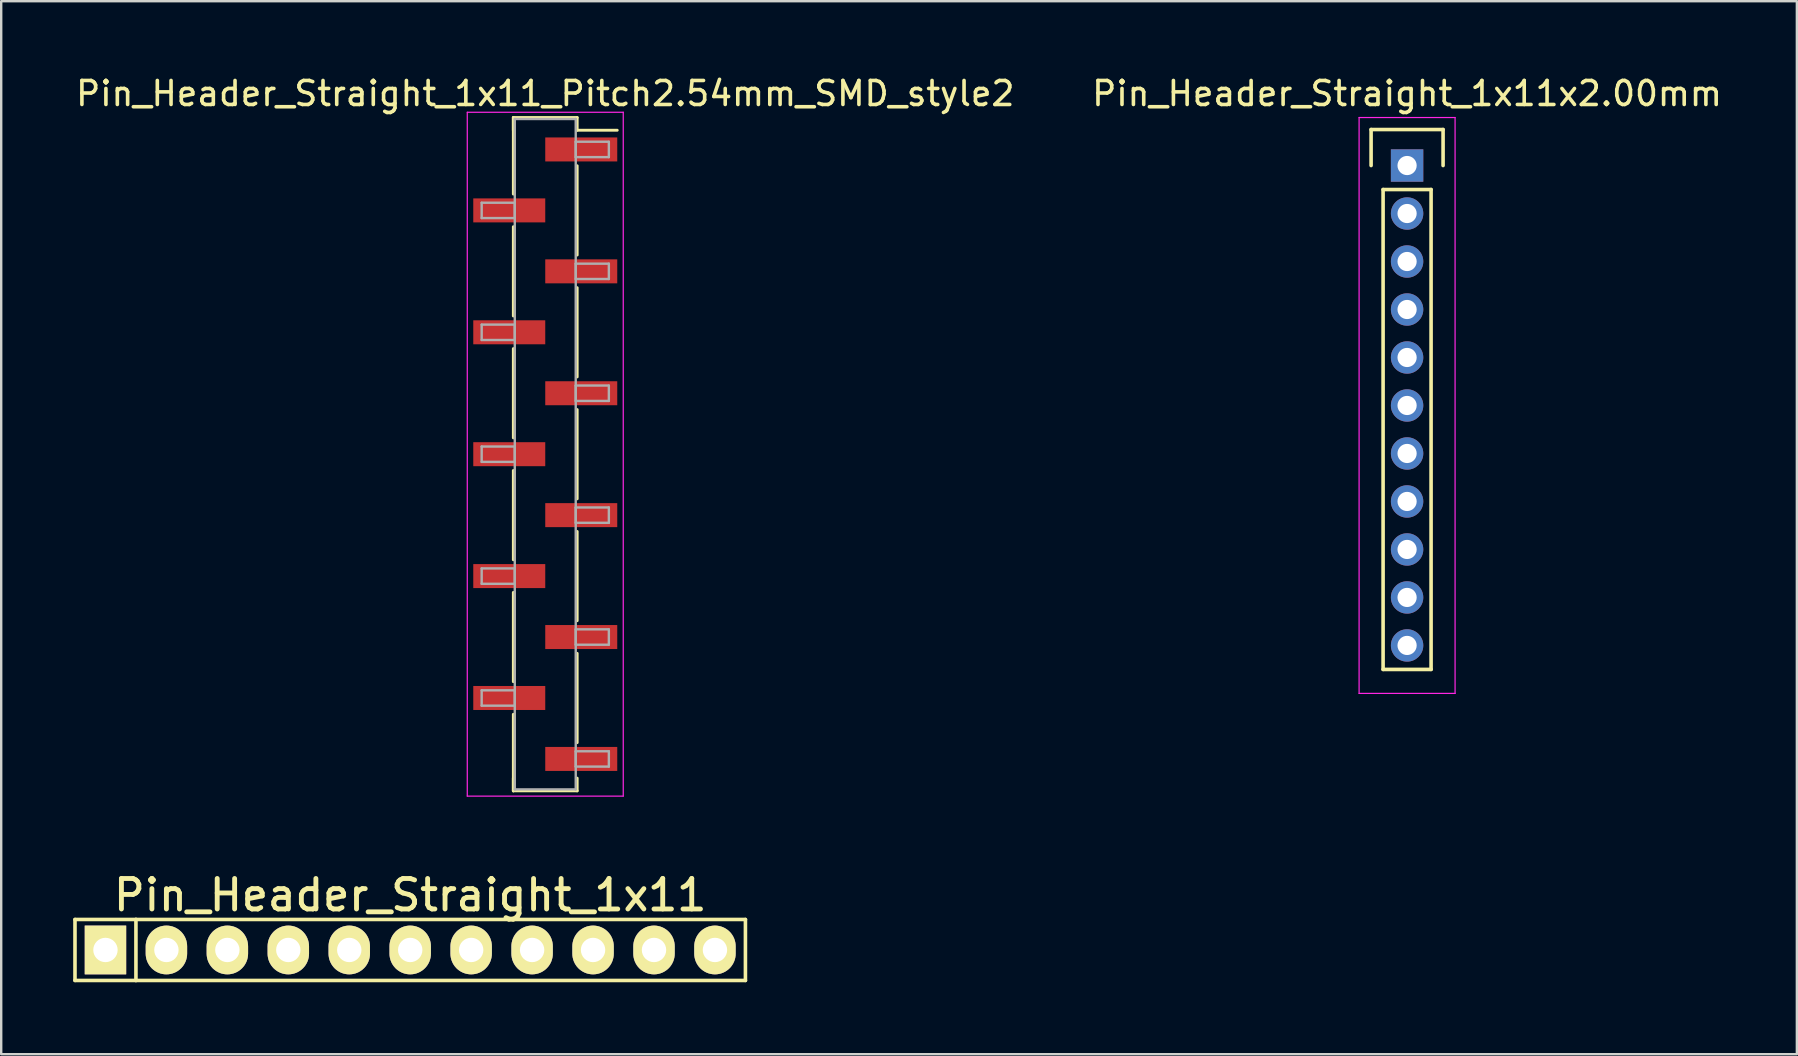
<source format=kicad_pcb>
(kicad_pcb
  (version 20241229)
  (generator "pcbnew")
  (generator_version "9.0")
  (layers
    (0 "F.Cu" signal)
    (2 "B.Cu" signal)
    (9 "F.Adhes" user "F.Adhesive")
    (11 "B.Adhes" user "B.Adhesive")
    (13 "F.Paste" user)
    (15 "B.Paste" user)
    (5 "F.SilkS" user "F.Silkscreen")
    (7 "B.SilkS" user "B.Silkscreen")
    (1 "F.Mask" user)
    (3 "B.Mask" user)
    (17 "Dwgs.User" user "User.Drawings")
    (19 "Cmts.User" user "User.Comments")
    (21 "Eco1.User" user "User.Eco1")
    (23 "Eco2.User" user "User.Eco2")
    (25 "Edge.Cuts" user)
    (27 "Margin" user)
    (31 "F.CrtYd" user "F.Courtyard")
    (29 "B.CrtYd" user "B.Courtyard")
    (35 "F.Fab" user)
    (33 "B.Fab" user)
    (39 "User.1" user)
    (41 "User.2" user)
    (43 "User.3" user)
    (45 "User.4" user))
  (footprint "Pin_Header_Straight_1x11x2.00mm"
    (layer "F.Cu")
    (at 55.589 3.848)
    (property "Reference" "Pin_Header_Straight_1x11x2.00mm" (at 0 -3 0) (layer "F.SilkS") (effects (font (size 1 1) (thickness 0.15))))
    (attr through_hole)
    (fp_line (start -1.5 -1.5) (end 1.5 -1.5) (stroke (width 0.15) (type solid)) (layer "F.SilkS"))
    (fp_line (start -1.5 0) (end -1.5 -1.5) (stroke (width 0.15) (type solid)) (layer "F.SilkS"))
    (fp_line (start -1 1) (end 1 1) (stroke (width 0.15) (type solid)) (layer "F.SilkS"))
    (fp_line (start -1 21) (end -1 1) (stroke (width 0.15) (type solid)) (layer "F.SilkS"))
    (fp_line (start 1 1) (end 1 21) (stroke (width 0.15) (type solid)) (layer "F.SilkS"))
    (fp_line (start 1 21) (end -1 21) (stroke (width 0.15) (type solid)) (layer "F.SilkS"))
    (fp_line (start 1.5 -1.5) (end 1.5 0) (stroke (width 0.15) (type solid)) (layer "F.SilkS"))
    (fp_line (start -2 -2) (end 2 -2) (stroke (width 0.05) (type solid)) (layer "F.CrtYd"))
    (fp_line (start -2 22) (end -2 -2) (stroke (width 0.05) (type solid)) (layer "F.CrtYd"))
    (fp_line (start 2 -2) (end 2 22) (stroke (width 0.05) (type solid)) (layer "F.CrtYd"))
    (fp_line (start 2 22) (end -2 22) (stroke (width 0.05) (type solid)) (layer "F.CrtYd"))
    (pad "1" thru_hole rect (at 0 0) (size 1.35 1.35) (drill 0.8) (layers "*.Cu" "*.Mask"))
    (pad "2" thru_hole circle (at 0 2) (size 1.35 1.35) (drill 0.8) (layers "*.Cu" "*.Mask"))
    (pad "3" thru_hole circle (at 0 4) (size 1.35 1.35) (drill 0.8) (layers "*.Cu" "*.Mask"))
    (pad "4" thru_hole circle (at 0 6) (size 1.35 1.35) (drill 0.8) (layers "*.Cu" "*.Mask"))
    (pad "5" thru_hole circle (at 0 8) (size 1.35 1.35) (drill 0.8) (layers "*.Cu" "*.Mask"))
    (pad "6" thru_hole circle (at 0 10) (size 1.35 1.35) (drill 0.8) (layers "*.Cu" "*.Mask"))
    (pad "7" thru_hole circle (at 0 12) (size 1.35 1.35) (drill 0.8) (layers "*.Cu" "*.Mask"))
    (pad "8" thru_hole circle (at 0 14) (size 1.35 1.35) (drill 0.8) (layers "*.Cu" "*.Mask"))
    (pad "9" thru_hole circle (at 0 16) (size 1.35 1.35) (drill 0.8) (layers "*.Cu" "*.Mask"))
    (pad "10" thru_hole circle (at 0 18) (size 1.35 1.35) (drill 0.8) (layers "*.Cu" "*.Mask"))
    (pad "11" thru_hole circle (at 0 20) (size 1.35 1.35) (drill 0.8) (layers "*.Cu" "*.Mask")))
  (footprint "Pin_Header_Straight_1x11_Pitch2.54mm_SMD_style2"
    (layer "F.Cu")
    (at 19.673 15.878)
    (property "Reference" "Pin_Header_Straight_1x11_Pitch2.54mm_SMD_style2" (at 0 -15.03 0) (layer "F.SilkS") (effects (font (size 1 1) (thickness 0.15))))
    (attr smd)
    (fp_line (start -1.33 -14.03) (end -1.33 -10.84) (stroke (width 0.12) (type solid)) (layer "F.SilkS"))
    (fp_line (start -1.33 -14.03) (end 1.33 -14.03) (stroke (width 0.12) (type solid)) (layer "F.SilkS"))
    (fp_line (start -1.33 -13.5) (end -1.33 -14.03) (stroke (width 0.12) (type solid)) (layer "F.SilkS"))
    (fp_line (start -1.33 -9.48) (end -1.33 -5.76) (stroke (width 0.12) (type solid)) (layer "F.SilkS"))
    (fp_line (start -1.33 -4.4) (end -1.33 -0.68) (stroke (width 0.12) (type solid)) (layer "F.SilkS"))
    (fp_line (start -1.33 0.68) (end -1.33 4.4) (stroke (width 0.12) (type solid)) (layer "F.SilkS"))
    (fp_line (start -1.33 5.76) (end -1.33 9.48) (stroke (width 0.12) (type solid)) (layer "F.SilkS"))
    (fp_line (start -1.33 10.84) (end -1.33 14.03) (stroke (width 0.12) (type solid)) (layer "F.SilkS"))
    (fp_line (start -1.33 13.5) (end -1.33 14.03) (stroke (width 0.12) (type solid)) (layer "F.SilkS"))
    (fp_line (start -1.33 14.03) (end 1.33 14.03) (stroke (width 0.12) (type solid)) (layer "F.SilkS"))
    (fp_line (start 1.33 -14.03) (end 1.33 -13.5) (stroke (width 0.12) (type solid)) (layer "F.SilkS"))
    (fp_line (start 1.33 -13.5) (end 3 -13.5) (stroke (width 0.12) (type solid)) (layer "F.SilkS"))
    (fp_line (start 1.33 -12.02) (end 1.33 -8.3) (stroke (width 0.12) (type solid)) (layer "F.SilkS"))
    (fp_line (start 1.33 -6.94) (end 1.33 -3.22) (stroke (width 0.12) (type solid)) (layer "F.SilkS"))
    (fp_line (start 1.33 -1.86) (end 1.33 1.86) (stroke (width 0.12) (type solid)) (layer "F.SilkS"))
    (fp_line (start 1.33 3.22) (end 1.33 6.94) (stroke (width 0.12) (type solid)) (layer "F.SilkS"))
    (fp_line (start 1.33 8.3) (end 1.33 12.02) (stroke (width 0.12) (type solid)) (layer "F.SilkS"))
    (fp_line (start 1.33 14.03) (end 1.33 13.5) (stroke (width 0.12) (type solid)) (layer "F.SilkS"))
    (fp_line (start -3.25 -14.25) (end -3.25 14.25) (stroke (width 0.05) (type solid)) (layer "F.CrtYd"))
    (fp_line (start -3.25 14.25) (end 3.25 14.25) (stroke (width 0.05) (type solid)) (layer "F.CrtYd"))
    (fp_line (start 3.25 -14.25) (end -3.25 -14.25) (stroke (width 0.05) (type solid)) (layer "F.CrtYd"))
    (fp_line (start 3.25 14.25) (end 3.25 -14.25) (stroke (width 0.05) (type solid)) (layer "F.CrtYd"))
    (fp_line (start -2.65 -10.48) (end -1.27 -10.48) (stroke (width 0.1) (type solid)) (layer "F.Fab"))
    (fp_line (start -2.65 -9.84) (end -2.65 -10.48) (stroke (width 0.1) (type solid)) (layer "F.Fab"))
    (fp_line (start -2.65 -5.4) (end -1.27 -5.4) (stroke (width 0.1) (type solid)) (layer "F.Fab"))
    (fp_line (start -2.65 -4.76) (end -2.65 -5.4) (stroke (width 0.1) (type solid)) (layer "F.Fab"))
    (fp_line (start -2.65 -0.32) (end -1.27 -0.32) (stroke (width 0.1) (type solid)) (layer "F.Fab"))
    (fp_line (start -2.65 0.32) (end -2.65 -0.32) (stroke (width 0.1) (type solid)) (layer "F.Fab"))
    (fp_line (start -2.65 4.76) (end -1.27 4.76) (stroke (width 0.1) (type solid)) (layer "F.Fab"))
    (fp_line (start -2.65 5.4) (end -2.65 4.76) (stroke (width 0.1) (type solid)) (layer "F.Fab"))
    (fp_line (start -2.65 9.84) (end -1.27 9.84) (stroke (width 0.1) (type solid)) (layer "F.Fab"))
    (fp_line (start -2.65 10.48) (end -2.65 9.84) (stroke (width 0.1) (type solid)) (layer "F.Fab"))
    (fp_line (start -1.27 -13.97) (end -1.27 13.97) (stroke (width 0.1) (type solid)) (layer "F.Fab"))
    (fp_line (start -1.27 -10.48) (end -1.27 -9.84) (stroke (width 0.1) (type solid)) (layer "F.Fab"))
    (fp_line (start -1.27 -9.84) (end -2.65 -9.84) (stroke (width 0.1) (type solid)) (layer "F.Fab"))
    (fp_line (start -1.27 -5.4) (end -1.27 -4.76) (stroke (width 0.1) (type solid)) (layer "F.Fab"))
    (fp_line (start -1.27 -4.76) (end -2.65 -4.76) (stroke (width 0.1) (type solid)) (layer "F.Fab"))
    (fp_line (start -1.27 -0.32) (end -1.27 0.32) (stroke (width 0.1) (type solid)) (layer "F.Fab"))
    (fp_line (start -1.27 0.32) (end -2.65 0.32) (stroke (width 0.1) (type solid)) (layer "F.Fab"))
    (fp_line (start -1.27 4.76) (end -1.27 5.4) (stroke (width 0.1) (type solid)) (layer "F.Fab"))
    (fp_line (start -1.27 5.4) (end -2.65 5.4) (stroke (width 0.1) (type solid)) (layer "F.Fab"))
    (fp_line (start -1.27 9.84) (end -1.27 10.48) (stroke (width 0.1) (type solid)) (layer "F.Fab"))
    (fp_line (start -1.27 10.48) (end -2.65 10.48) (stroke (width 0.1) (type solid)) (layer "F.Fab"))
    (fp_line (start -1.27 13.97) (end 1.27 13.97) (stroke (width 0.1) (type solid)) (layer "F.Fab"))
    (fp_line (start 1.27 -13.97) (end -1.27 -13.97) (stroke (width 0.1) (type solid)) (layer "F.Fab"))
    (fp_line (start 1.27 -13.02) (end 1.27 -12.38) (stroke (width 0.1) (type solid)) (layer "F.Fab"))
    (fp_line (start 1.27 -12.38) (end 2.65 -12.38) (stroke (width 0.1) (type solid)) (layer "F.Fab"))
    (fp_line (start 1.27 -7.94) (end 1.27 -7.3) (stroke (width 0.1) (type solid)) (layer "F.Fab"))
    (fp_line (start 1.27 -7.3) (end 2.65 -7.3) (stroke (width 0.1) (type solid)) (layer "F.Fab"))
    (fp_line (start 1.27 -2.86) (end 1.27 -2.22) (stroke (width 0.1) (type solid)) (layer "F.Fab"))
    (fp_line (start 1.27 -2.22) (end 2.65 -2.22) (stroke (width 0.1) (type solid)) (layer "F.Fab"))
    (fp_line (start 1.27 2.22) (end 1.27 2.86) (stroke (width 0.1) (type solid)) (layer "F.Fab"))
    (fp_line (start 1.27 2.86) (end 2.65 2.86) (stroke (width 0.1) (type solid)) (layer "F.Fab"))
    (fp_line (start 1.27 7.3) (end 1.27 7.94) (stroke (width 0.1) (type solid)) (layer "F.Fab"))
    (fp_line (start 1.27 7.94) (end 2.65 7.94) (stroke (width 0.1) (type solid)) (layer "F.Fab"))
    (fp_line (start 1.27 12.38) (end 1.27 13.02) (stroke (width 0.1) (type solid)) (layer "F.Fab"))
    (fp_line (start 1.27 13.02) (end 2.65 13.02) (stroke (width 0.1) (type solid)) (layer "F.Fab"))
    (fp_line (start 1.27 13.97) (end 1.27 -13.97) (stroke (width 0.1) (type solid)) (layer "F.Fab"))
    (fp_line (start 2.65 -13.02) (end 1.27 -13.02) (stroke (width 0.1) (type solid)) (layer "F.Fab"))
    (fp_line (start 2.65 -12.38) (end 2.65 -13.02) (stroke (width 0.1) (type solid)) (layer "F.Fab"))
    (fp_line (start 2.65 -7.94) (end 1.27 -7.94) (stroke (width 0.1) (type solid)) (layer "F.Fab"))
    (fp_line (start 2.65 -7.3) (end 2.65 -7.94) (stroke (width 0.1) (type solid)) (layer "F.Fab"))
    (fp_line (start 2.65 -2.86) (end 1.27 -2.86) (stroke (width 0.1) (type solid)) (layer "F.Fab"))
    (fp_line (start 2.65 -2.22) (end 2.65 -2.86) (stroke (width 0.1) (type solid)) (layer "F.Fab"))
    (fp_line (start 2.65 2.22) (end 1.27 2.22) (stroke (width 0.1) (type solid)) (layer "F.Fab"))
    (fp_line (start 2.65 2.86) (end 2.65 2.22) (stroke (width 0.1) (type solid)) (layer "F.Fab"))
    (fp_line (start 2.65 7.3) (end 1.27 7.3) (stroke (width 0.1) (type solid)) (layer "F.Fab"))
    (fp_line (start 2.65 7.94) (end 2.65 7.3) (stroke (width 0.1) (type solid)) (layer "F.Fab"))
    (fp_line (start 2.65 12.38) (end 1.27 12.38) (stroke (width 0.1) (type solid)) (layer "F.Fab"))
    (fp_line (start 2.65 13.02) (end 2.65 12.38) (stroke (width 0.1) (type solid)) (layer "F.Fab"))
    (pad "1" smd rect (at 1.5 -12.7) (size 3 1) (layers "F.Cu" "F.Mask"))
    (pad "2" smd rect (at -1.5 -10.16) (size 3 1) (layers "F.Cu" "F.Mask"))
    (pad "3" smd rect (at 1.5 -7.62) (size 3 1) (layers "F.Cu" "F.Mask"))
    (pad "4" smd rect (at -1.5 -5.08) (size 3 1) (layers "F.Cu" "F.Mask"))
    (pad "5" smd rect (at 1.5 -2.54) (size 3 1) (layers "F.Cu" "F.Mask"))
    (pad "6" smd rect (at -1.5 0) (size 3 1) (layers "F.Cu" "F.Mask"))
    (pad "7" smd rect (at 1.5 2.54) (size 3 1) (layers "F.Cu" "F.Mask"))
    (pad "8" smd rect (at -1.5 5.08) (size 3 1) (layers "F.Cu" "F.Mask"))
    (pad "9" smd rect (at 1.5 7.62) (size 3 1) (layers "F.Cu" "F.Mask"))
    (pad "10" smd rect (at -1.5 10.16) (size 3 1) (layers "F.Cu" "F.Mask"))
    (pad "11" smd rect (at 1.5 12.7) (size 3 1) (layers "F.Cu" "F.Mask")))
  (footprint "Pin_Header_Straight_1x11"
    (layer "F.Cu")
    (at 14.045 36.539)
    (property "Reference" "Pin_Header_Straight_1x11" (at 0 -2.286 0) (layer "F.SilkS") (effects (font (size 1.27 1.27) (thickness 0.203))))
    (attr through_hole)
    (fp_line (start -13.97 -1.27) (end -13.97 1.27) (stroke (width 0.15) (type solid)) (layer "F.SilkS"))
    (fp_line (start -13.97 -1.27) (end -11.43 -1.27) (stroke (width 0.15) (type solid)) (layer "F.SilkS"))
    (fp_line (start -13.97 1.27) (end -11.43 1.27) (stroke (width 0.15) (type solid)) (layer "F.SilkS"))
    (fp_line (start -11.43 -1.27) (end -11.43 1.27) (stroke (width 0.15) (type solid)) (layer "F.SilkS"))
    (fp_line (start -11.43 -1.27) (end 13.97 -1.27) (stroke (width 0.15) (type solid)) (layer "F.SilkS"))
    (fp_line (start 13.97 -1.27) (end 13.97 1.27) (stroke (width 0.15) (type solid)) (layer "F.SilkS"))
    (fp_line (start 13.97 1.27) (end -11.43 1.27) (stroke (width 0.15) (type solid)) (layer "F.SilkS"))
    (pad "1" thru_hole rect (at -12.7 0) (size 1.727 2.032) (drill 1.016) (layers "*.Cu" "*.Mask" "F.SilkS"))
    (pad "2" thru_hole oval (at -10.16 0) (size 1.727 2.032) (drill 1.016) (layers "*.Cu" "*.Mask" "F.SilkS"))
    (pad "3" thru_hole oval (at -7.62 0) (size 1.727 2.032) (drill 1.016) (layers "*.Cu" "*.Mask" "F.SilkS"))
    (pad "4" thru_hole oval (at -5.08 0) (size 1.727 2.032) (drill 1.016) (layers "*.Cu" "*.Mask" "F.SilkS"))
    (pad "5" thru_hole oval (at -2.54 0) (size 1.727 2.032) (drill 1.016) (layers "*.Cu" "*.Mask" "F.SilkS"))
    (pad "6" thru_hole oval (at 0 0) (size 1.727 2.032) (drill 1.016) (layers "*.Cu" "*.Mask" "F.SilkS"))
    (pad "7" thru_hole oval (at 2.54 0) (size 1.727 2.032) (drill 1.016) (layers "*.Cu" "*.Mask" "F.SilkS"))
    (pad "8" thru_hole oval (at 5.08 0) (size 1.727 2.032) (drill 1.016) (layers "*.Cu" "*.Mask" "F.SilkS"))
    (pad "9" thru_hole oval (at 7.62 0) (size 1.727 2.032) (drill 1.016) (layers "*.Cu" "*.Mask" "F.SilkS"))
    (pad "10" thru_hole oval (at 10.16 0) (size 1.727 2.032) (drill 1.016) (layers "*.Cu" "*.Mask" "F.SilkS"))
    (pad "11" thru_hole oval (at 12.7 0) (size 1.727 2.032) (drill 1.016) (layers "*.Cu" "*.Mask" "F.SilkS")))
  (gr_rect
    (start -3 -3)
    (end 71.833 40.884)
    (stroke (width 0.1) (type default))
    (fill no)
    (layer "Edge.Cuts")))
</source>
